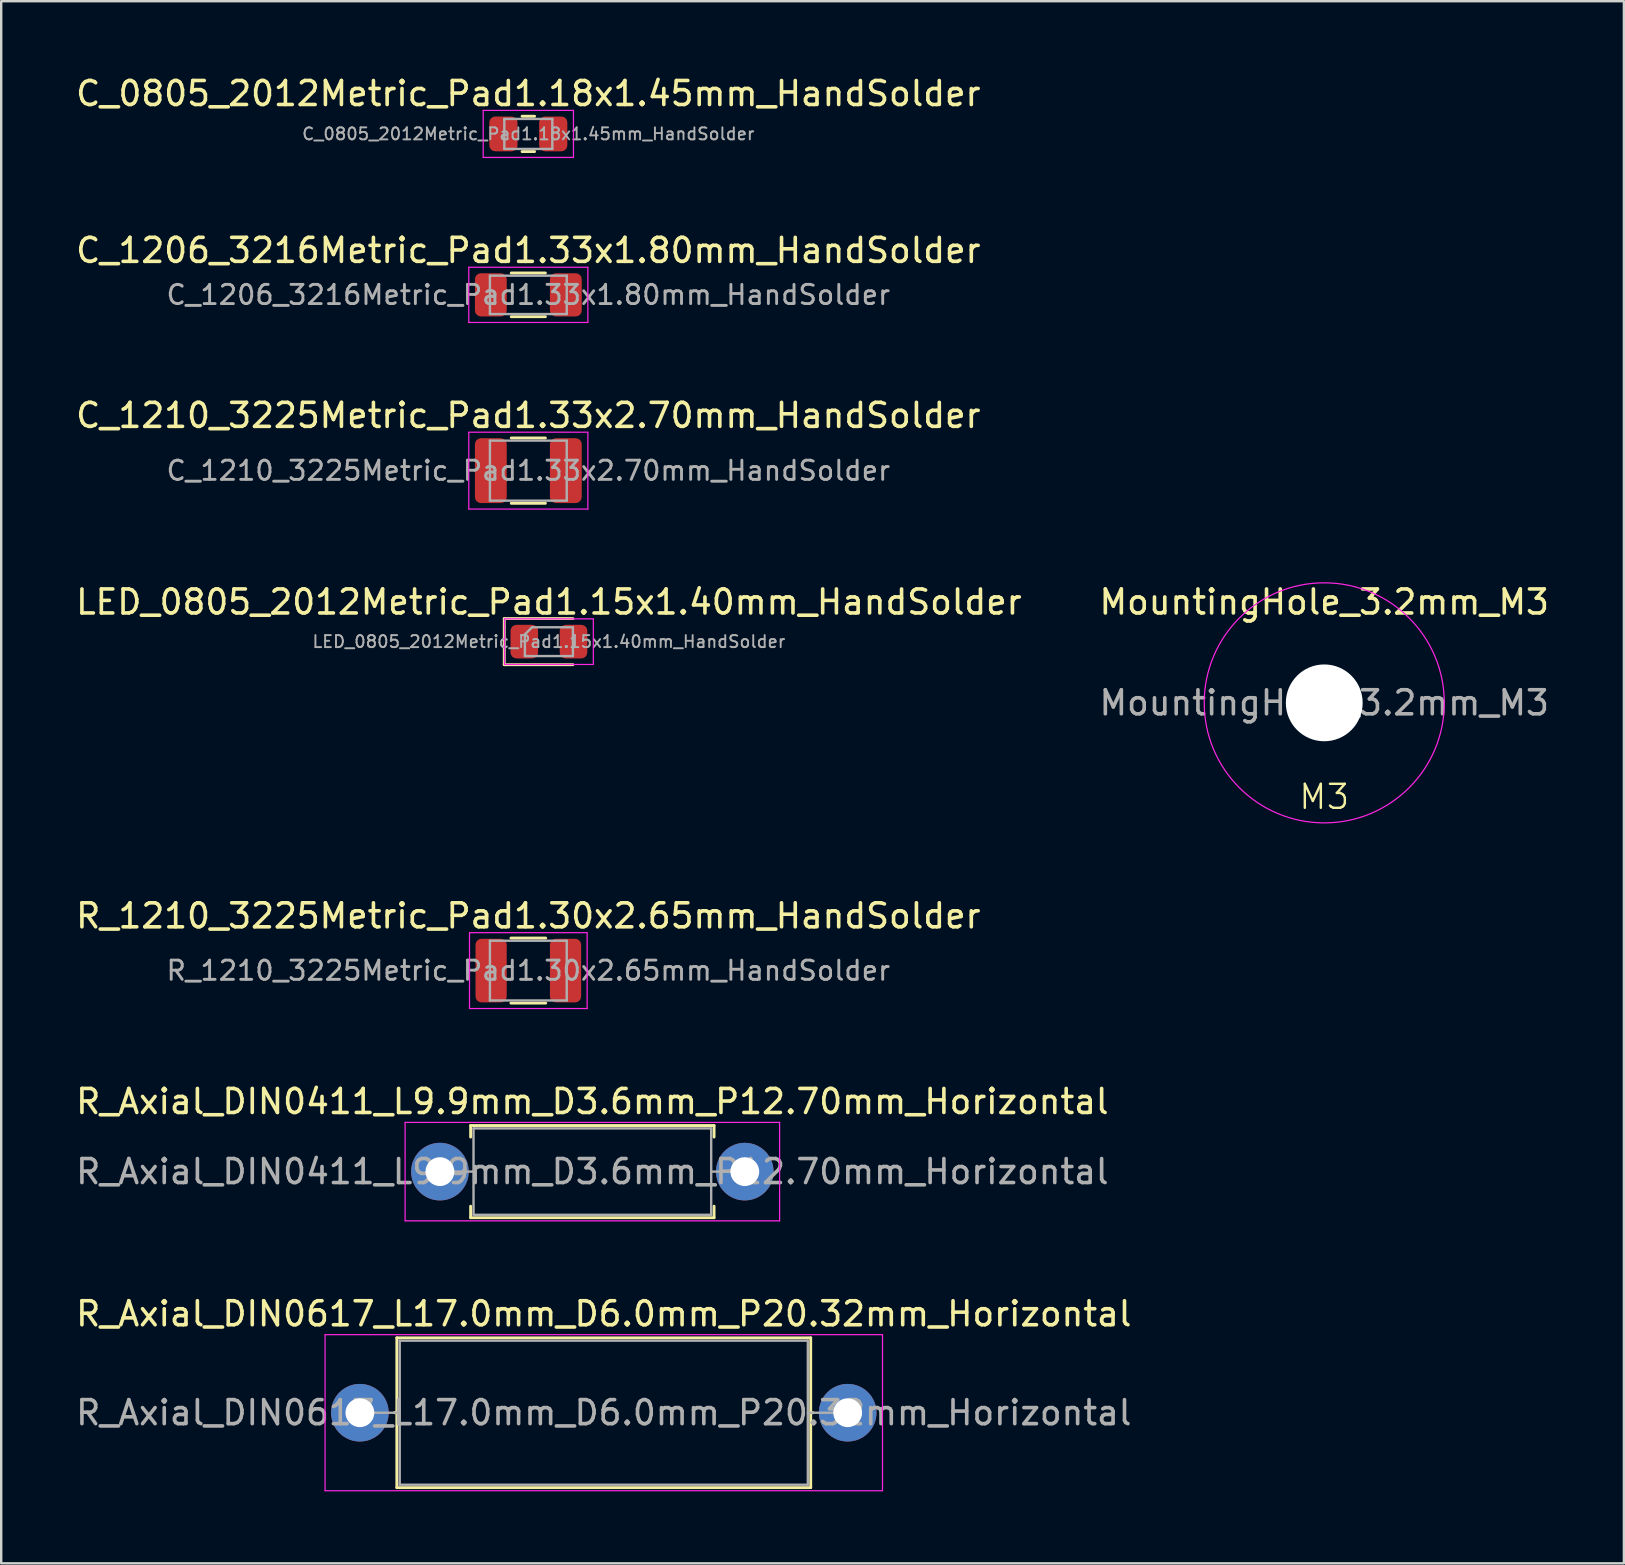
<source format=kicad_pcb>
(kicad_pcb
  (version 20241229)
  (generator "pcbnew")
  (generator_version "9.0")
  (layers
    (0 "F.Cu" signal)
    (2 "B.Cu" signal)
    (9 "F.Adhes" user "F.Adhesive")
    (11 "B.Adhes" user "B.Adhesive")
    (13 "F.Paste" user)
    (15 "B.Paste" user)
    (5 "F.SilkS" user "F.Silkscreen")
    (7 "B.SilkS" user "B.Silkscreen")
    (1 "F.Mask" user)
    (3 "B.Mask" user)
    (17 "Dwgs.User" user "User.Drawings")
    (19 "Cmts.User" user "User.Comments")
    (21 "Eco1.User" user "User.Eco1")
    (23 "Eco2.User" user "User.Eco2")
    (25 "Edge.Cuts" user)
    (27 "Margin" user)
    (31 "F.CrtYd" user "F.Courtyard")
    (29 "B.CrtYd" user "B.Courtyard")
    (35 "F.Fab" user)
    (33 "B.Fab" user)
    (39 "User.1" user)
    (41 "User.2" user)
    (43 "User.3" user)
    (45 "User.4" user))
  (footprint "R_Axial_DIN0617_L17.0mm_D6.0mm_P20.32mm_Horizontal"
    (layer "F.Cu")
    (at 11.941 55.798)
    (property "Reference" "R_Axial_DIN0617_L17.0mm_D6.0mm_P20.32mm_Horizontal" (at 10.16 -4.12 0) (layer "F.SilkS") (effects (font (size 1 1) (thickness 0.15))))
    (attr through_hole)
    (fp_line (start 1.44 0) (end 1.54 0) (stroke (width 0.12) (type solid)) (layer "F.SilkS"))
    (fp_line (start 1.54 -3.12) (end 1.54 3.12) (stroke (width 0.12) (type solid)) (layer "F.SilkS"))
    (fp_line (start 1.54 3.12) (end 18.78 3.12) (stroke (width 0.12) (type solid)) (layer "F.SilkS"))
    (fp_line (start 18.78 -3.12) (end 1.54 -3.12) (stroke (width 0.12) (type solid)) (layer "F.SilkS"))
    (fp_line (start 18.78 3.12) (end 18.78 -3.12) (stroke (width 0.12) (type solid)) (layer "F.SilkS"))
    (fp_line (start 18.88 0) (end 18.78 0) (stroke (width 0.12) (type solid)) (layer "F.SilkS"))
    (fp_line (start -1.45 -3.25) (end -1.45 3.25) (stroke (width 0.05) (type solid)) (layer "F.CrtYd"))
    (fp_line (start -1.45 3.25) (end 21.77 3.25) (stroke (width 0.05) (type solid)) (layer "F.CrtYd"))
    (fp_line (start 21.77 -3.25) (end -1.45 -3.25) (stroke (width 0.05) (type solid)) (layer "F.CrtYd"))
    (fp_line (start 21.77 3.25) (end 21.77 -3.25) (stroke (width 0.05) (type solid)) (layer "F.CrtYd"))
    (fp_line (start 0 0) (end 1.66 0) (stroke (width 0.1) (type solid)) (layer "F.Fab"))
    (fp_line (start 1.66 -3) (end 1.66 3) (stroke (width 0.1) (type solid)) (layer "F.Fab"))
    (fp_line (start 1.66 3) (end 18.66 3) (stroke (width 0.1) (type solid)) (layer "F.Fab"))
    (fp_line (start 18.66 -3) (end 1.66 -3) (stroke (width 0.1) (type solid)) (layer "F.Fab"))
    (fp_line (start 18.66 3) (end 18.66 -3) (stroke (width 0.1) (type solid)) (layer "F.Fab"))
    (fp_line (start 20.32 0) (end 18.66 0) (stroke (width 0.1) (type solid)) (layer "F.Fab"))
    (fp_text user "${REFERENCE}" (at 10.16 0 0) (layer "F.Fab") (effects (font (size 1 1) (thickness 0.15))))
    (pad "1" thru_hole circle (at 0 0) (size 2.4 2.4) (drill 1.2) (layers "*.Cu" "*.Mask"))
    (pad "2" thru_hole oval (at 20.32 0) (size 2.4 2.4) (drill 1.2) (layers "*.Cu" "*.Mask")))
  (footprint "C_1206_3216Metric_Pad1.33x1.80mm_HandSolder"
    (layer "F.Cu")
    (at 18.958 9.232)
    (property "Reference" "C_1206_3216Metric_Pad1.33x1.80mm_HandSolder" (at 0 -1.85 0) (layer "F.SilkS") (effects (font (size 1 1) (thickness 0.15))))
    (attr smd)
    (fp_line (start -0.711 -0.91) (end 0.711 -0.91) (stroke (width 0.12) (type solid)) (layer "F.SilkS"))
    (fp_line (start -0.711 0.91) (end 0.711 0.91) (stroke (width 0.12) (type solid)) (layer "F.SilkS"))
    (fp_line (start -2.48 -1.15) (end 2.48 -1.15) (stroke (width 0.05) (type solid)) (layer "F.CrtYd"))
    (fp_line (start -2.48 1.15) (end -2.48 -1.15) (stroke (width 0.05) (type solid)) (layer "F.CrtYd"))
    (fp_line (start 2.48 -1.15) (end 2.48 1.15) (stroke (width 0.05) (type solid)) (layer "F.CrtYd"))
    (fp_line (start 2.48 1.15) (end -2.48 1.15) (stroke (width 0.05) (type solid)) (layer "F.CrtYd"))
    (fp_line (start -1.6 -0.8) (end 1.6 -0.8) (stroke (width 0.1) (type solid)) (layer "F.Fab"))
    (fp_line (start -1.6 0.8) (end -1.6 -0.8) (stroke (width 0.1) (type solid)) (layer "F.Fab"))
    (fp_line (start 1.6 -0.8) (end 1.6 0.8) (stroke (width 0.1) (type solid)) (layer "F.Fab"))
    (fp_line (start 1.6 0.8) (end -1.6 0.8) (stroke (width 0.1) (type solid)) (layer "F.Fab"))
    (fp_text user "${REFERENCE}" (at 0 0 0) (layer "F.Fab") (effects (font (size 0.8 0.8) (thickness 0.12))))
    (pad "1" smd roundrect (at -1.562 0) (size 1.325 1.8) (layers "F.Cu" "F.Mask" "F.Paste") (roundrect_rratio 0.189))
    (pad "2" smd roundrect (at 1.562 0) (size 1.325 1.8) (layers "F.Cu" "F.Mask" "F.Paste") (roundrect_rratio 0.189)))
  (footprint "MountingHole_3.2mm_M3"
    (layer "F.Cu")
    (at 52.113 26.228)
    (property "Reference" "MountingHole_3.2mm_M3" (at 0 -4.2 0) (layer "F.SilkS") (effects (font (size 1 1) (thickness 0.15))))
    (attr board_only exclude_from_pos_files exclude_from_bom)
    (fp_circle (center 0 0) (end 5 0) (stroke (width 0.05) (type solid)) (fill no) (layer "F.CrtYd"))
    (fp_text user "M3" (at 0 4.5 0) (unlocked yes) (layer "F.SilkS") (effects (font (size 1 1) (thickness 0.1)) (justify bottom)))
    (fp_text user "${REFERENCE}" (at 0 0 0) (layer "F.Fab") (effects (font (size 1 1) (thickness 0.15))))
    (pad "" np_thru_hole circle (at 0 0) (size 3.2 3.2) (drill 3.2) (layers "*.Cu" "*.Mask")))
  (footprint "LED_0805_2012Metric_Pad1.15x1.40mm_HandSolder"
    (layer "F.Cu")
    (at 19.815 23.678)
    (property "Reference" "LED_0805_2012Metric_Pad1.15x1.40mm_HandSolder" (at 0 -1.65 0) (layer "F.SilkS") (effects (font (size 1 1) (thickness 0.15))))
    (attr smd)
    (fp_line (start -1.86 -0.96) (end -1.86 0.96) (stroke (width 0.12) (type solid)) (layer "F.SilkS"))
    (fp_line (start -1.86 0.96) (end 1 0.96) (stroke (width 0.12) (type solid)) (layer "F.SilkS"))
    (fp_line (start 1 -0.96) (end -1.86 -0.96) (stroke (width 0.12) (type solid)) (layer "F.SilkS"))
    (fp_line (start -1.85 -0.95) (end 1.85 -0.95) (stroke (width 0.05) (type solid)) (layer "F.CrtYd"))
    (fp_line (start -1.85 0.95) (end -1.85 -0.95) (stroke (width 0.05) (type solid)) (layer "F.CrtYd"))
    (fp_line (start 1.85 -0.95) (end 1.85 0.95) (stroke (width 0.05) (type solid)) (layer "F.CrtYd"))
    (fp_line (start 1.85 0.95) (end -1.85 0.95) (stroke (width 0.05) (type solid)) (layer "F.CrtYd"))
    (fp_line (start -1 -0.3) (end -1 0.6) (stroke (width 0.1) (type solid)) (layer "F.Fab"))
    (fp_line (start -1 0.6) (end 1 0.6) (stroke (width 0.1) (type solid)) (layer "F.Fab"))
    (fp_line (start -0.7 -0.6) (end -1 -0.3) (stroke (width 0.1) (type solid)) (layer "F.Fab"))
    (fp_line (start 1 -0.6) (end -0.7 -0.6) (stroke (width 0.1) (type solid)) (layer "F.Fab"))
    (fp_line (start 1 0.6) (end 1 -0.6) (stroke (width 0.1) (type solid)) (layer "F.Fab"))
    (fp_text user "${REFERENCE}" (at 0 0 0) (layer "F.Fab") (effects (font (size 0.5 0.5) (thickness 0.08))))
    (pad "1" smd roundrect (at -1.025 0) (size 1.15 1.4) (layers "F.Cu" "F.Mask" "F.Paste") (roundrect_rratio 0.217))
    (pad "2" smd roundrect (at 1.025 0) (size 1.15 1.4) (layers "F.Cu" "F.Mask" "F.Paste") (roundrect_rratio 0.217)))
  (footprint "C_0805_2012Metric_Pad1.18x1.45mm_HandSolder"
    (layer "F.Cu")
    (at 18.958 2.528)
    (property "Reference" "C_0805_2012Metric_Pad1.18x1.45mm_HandSolder" (at 0 -1.68 0) (layer "F.SilkS") (effects (font (size 1 1) (thickness 0.15))))
    (attr smd)
    (fp_line (start -0.261 -0.735) (end 0.261 -0.735) (stroke (width 0.12) (type solid)) (layer "F.SilkS"))
    (fp_line (start -0.261 0.735) (end 0.261 0.735) (stroke (width 0.12) (type solid)) (layer "F.SilkS"))
    (fp_line (start -1.88 -0.98) (end 1.88 -0.98) (stroke (width 0.05) (type solid)) (layer "F.CrtYd"))
    (fp_line (start -1.88 0.98) (end -1.88 -0.98) (stroke (width 0.05) (type solid)) (layer "F.CrtYd"))
    (fp_line (start 1.88 -0.98) (end 1.88 0.98) (stroke (width 0.05) (type solid)) (layer "F.CrtYd"))
    (fp_line (start 1.88 0.98) (end -1.88 0.98) (stroke (width 0.05) (type solid)) (layer "F.CrtYd"))
    (fp_line (start -1 -0.625) (end 1 -0.625) (stroke (width 0.1) (type solid)) (layer "F.Fab"))
    (fp_line (start -1 0.625) (end -1 -0.625) (stroke (width 0.1) (type solid)) (layer "F.Fab"))
    (fp_line (start 1 -0.625) (end 1 0.625) (stroke (width 0.1) (type solid)) (layer "F.Fab"))
    (fp_line (start 1 0.625) (end -1 0.625) (stroke (width 0.1) (type solid)) (layer "F.Fab"))
    (fp_text user "${REFERENCE}" (at 0 0 0) (layer "F.Fab") (effects (font (size 0.5 0.5) (thickness 0.08))))
    (pad "1" smd roundrect (at -1.038 0) (size 1.175 1.45) (layers "F.Cu" "F.Mask" "F.Paste") (roundrect_rratio 0.213))
    (pad "2" smd roundrect (at 1.038 0) (size 1.175 1.45) (layers "F.Cu" "F.Mask" "F.Paste") (roundrect_rratio 0.213)))
  (footprint "R_1210_3225Metric_Pad1.30x2.65mm_HandSolder"
    (layer "F.Cu")
    (at 18.958 37.381)
    (property "Reference" "R_1210_3225Metric_Pad1.30x2.65mm_HandSolder" (at 0 -2.28 0) (layer "F.SilkS") (effects (font (size 1 1) (thickness 0.15))))
    (attr smd)
    (fp_line (start -0.724 -1.355) (end 0.724 -1.355) (stroke (width 0.12) (type solid)) (layer "F.SilkS"))
    (fp_line (start -0.724 1.355) (end 0.724 1.355) (stroke (width 0.12) (type solid)) (layer "F.SilkS"))
    (fp_line (start -2.45 -1.58) (end 2.45 -1.58) (stroke (width 0.05) (type solid)) (layer "F.CrtYd"))
    (fp_line (start -2.45 1.58) (end -2.45 -1.58) (stroke (width 0.05) (type solid)) (layer "F.CrtYd"))
    (fp_line (start 2.45 -1.58) (end 2.45 1.58) (stroke (width 0.05) (type solid)) (layer "F.CrtYd"))
    (fp_line (start 2.45 1.58) (end -2.45 1.58) (stroke (width 0.05) (type solid)) (layer "F.CrtYd"))
    (fp_line (start -1.6 -1.245) (end 1.6 -1.245) (stroke (width 0.1) (type solid)) (layer "F.Fab"))
    (fp_line (start -1.6 1.245) (end -1.6 -1.245) (stroke (width 0.1) (type solid)) (layer "F.Fab"))
    (fp_line (start 1.6 -1.245) (end 1.6 1.245) (stroke (width 0.1) (type solid)) (layer "F.Fab"))
    (fp_line (start 1.6 1.245) (end -1.6 1.245) (stroke (width 0.1) (type solid)) (layer "F.Fab"))
    (fp_text user "${REFERENCE}" (at 0 0 0) (layer "F.Fab") (effects (font (size 0.8 0.8) (thickness 0.12))))
    (pad "1" smd roundrect (at -1.55 0) (size 1.3 2.65) (layers "F.Cu" "F.Mask" "F.Paste") (roundrect_rratio 0.192))
    (pad "2" smd roundrect (at 1.55 0) (size 1.3 2.65) (layers "F.Cu" "F.Mask" "F.Paste") (roundrect_rratio 0.192)))
  (footprint "R_Axial_DIN0411_L9.9mm_D3.6mm_P12.70mm_Horizontal"
    (layer "F.Cu")
    (at 15.275 45.755)
    (property "Reference" "R_Axial_DIN0411_L9.9mm_D3.6mm_P12.70mm_Horizontal" (at 6.35 -2.92 0) (layer "F.SilkS") (effects (font (size 1 1) (thickness 0.15))))
    (attr through_hole)
    (fp_line (start 1.28 -1.92) (end 11.42 -1.92) (stroke (width 0.12) (type solid)) (layer "F.SilkS"))
    (fp_line (start 1.28 -1.44) (end 1.28 -1.92) (stroke (width 0.12) (type solid)) (layer "F.SilkS"))
    (fp_line (start 1.28 1.44) (end 1.28 1.92) (stroke (width 0.12) (type solid)) (layer "F.SilkS"))
    (fp_line (start 1.28 1.92) (end 11.42 1.92) (stroke (width 0.12) (type solid)) (layer "F.SilkS"))
    (fp_line (start 11.42 -1.92) (end 11.42 -1.44) (stroke (width 0.12) (type solid)) (layer "F.SilkS"))
    (fp_line (start 11.42 1.92) (end 11.42 1.44) (stroke (width 0.12) (type solid)) (layer "F.SilkS"))
    (fp_line (start -1.45 -2.05) (end -1.45 2.05) (stroke (width 0.05) (type solid)) (layer "F.CrtYd"))
    (fp_line (start -1.45 2.05) (end 14.15 2.05) (stroke (width 0.05) (type solid)) (layer "F.CrtYd"))
    (fp_line (start 14.15 -2.05) (end -1.45 -2.05) (stroke (width 0.05) (type solid)) (layer "F.CrtYd"))
    (fp_line (start 14.15 2.05) (end 14.15 -2.05) (stroke (width 0.05) (type solid)) (layer "F.CrtYd"))
    (fp_line (start 0 0) (end 1.4 0) (stroke (width 0.1) (type solid)) (layer "F.Fab"))
    (fp_line (start 1.4 -1.8) (end 1.4 1.8) (stroke (width 0.1) (type solid)) (layer "F.Fab"))
    (fp_line (start 1.4 1.8) (end 11.3 1.8) (stroke (width 0.1) (type solid)) (layer "F.Fab"))
    (fp_line (start 11.3 -1.8) (end 1.4 -1.8) (stroke (width 0.1) (type solid)) (layer "F.Fab"))
    (fp_line (start 11.3 1.8) (end 11.3 -1.8) (stroke (width 0.1) (type solid)) (layer "F.Fab"))
    (fp_line (start 12.7 0) (end 11.3 0) (stroke (width 0.1) (type solid)) (layer "F.Fab"))
    (fp_text user "${REFERENCE}" (at 6.35 0 0) (layer "F.Fab") (effects (font (size 1 1) (thickness 0.15))))
    (pad "1" thru_hole circle (at 0 0) (size 2.4 2.4) (drill 1.2) (layers "*.Cu" "*.Mask"))
    (pad "2" thru_hole oval (at 12.7 0) (size 2.4 2.4) (drill 1.2) (layers "*.Cu" "*.Mask")))
  (footprint "C_1210_3225Metric_Pad1.33x2.70mm_HandSolder"
    (layer "F.Cu")
    (at 18.958 16.555)
    (property "Reference" "C_1210_3225Metric_Pad1.33x2.70mm_HandSolder" (at 0 -2.3 0) (layer "F.SilkS") (effects (font (size 1 1) (thickness 0.15))))
    (attr smd)
    (fp_line (start -0.711 -1.36) (end 0.711 -1.36) (stroke (width 0.12) (type solid)) (layer "F.SilkS"))
    (fp_line (start -0.711 1.36) (end 0.711 1.36) (stroke (width 0.12) (type solid)) (layer "F.SilkS"))
    (fp_line (start -2.48 -1.6) (end 2.48 -1.6) (stroke (width 0.05) (type solid)) (layer "F.CrtYd"))
    (fp_line (start -2.48 1.6) (end -2.48 -1.6) (stroke (width 0.05) (type solid)) (layer "F.CrtYd"))
    (fp_line (start 2.48 -1.6) (end 2.48 1.6) (stroke (width 0.05) (type solid)) (layer "F.CrtYd"))
    (fp_line (start 2.48 1.6) (end -2.48 1.6) (stroke (width 0.05) (type solid)) (layer "F.CrtYd"))
    (fp_line (start -1.6 -1.25) (end 1.6 -1.25) (stroke (width 0.1) (type solid)) (layer "F.Fab"))
    (fp_line (start -1.6 1.25) (end -1.6 -1.25) (stroke (width 0.1) (type solid)) (layer "F.Fab"))
    (fp_line (start 1.6 -1.25) (end 1.6 1.25) (stroke (width 0.1) (type solid)) (layer "F.Fab"))
    (fp_line (start 1.6 1.25) (end -1.6 1.25) (stroke (width 0.1) (type solid)) (layer "F.Fab"))
    (fp_text user "${REFERENCE}" (at 0 0 0) (layer "F.Fab") (effects (font (size 0.8 0.8) (thickness 0.12))))
    (pad "1" smd roundrect (at -1.562 0) (size 1.325 2.7) (layers "F.Cu" "F.Mask" "F.Paste") (roundrect_rratio 0.189))
    (pad "2" smd roundrect (at 1.562 0) (size 1.325 2.7) (layers "F.Cu" "F.Mask" "F.Paste") (roundrect_rratio 0.189)))
  (gr_rect
    (start -3 -3)
    (end 64.595 62.073)
    (stroke (width 0.1) (type default))
    (fill no)
    (layer "Edge.Cuts")))
</source>
